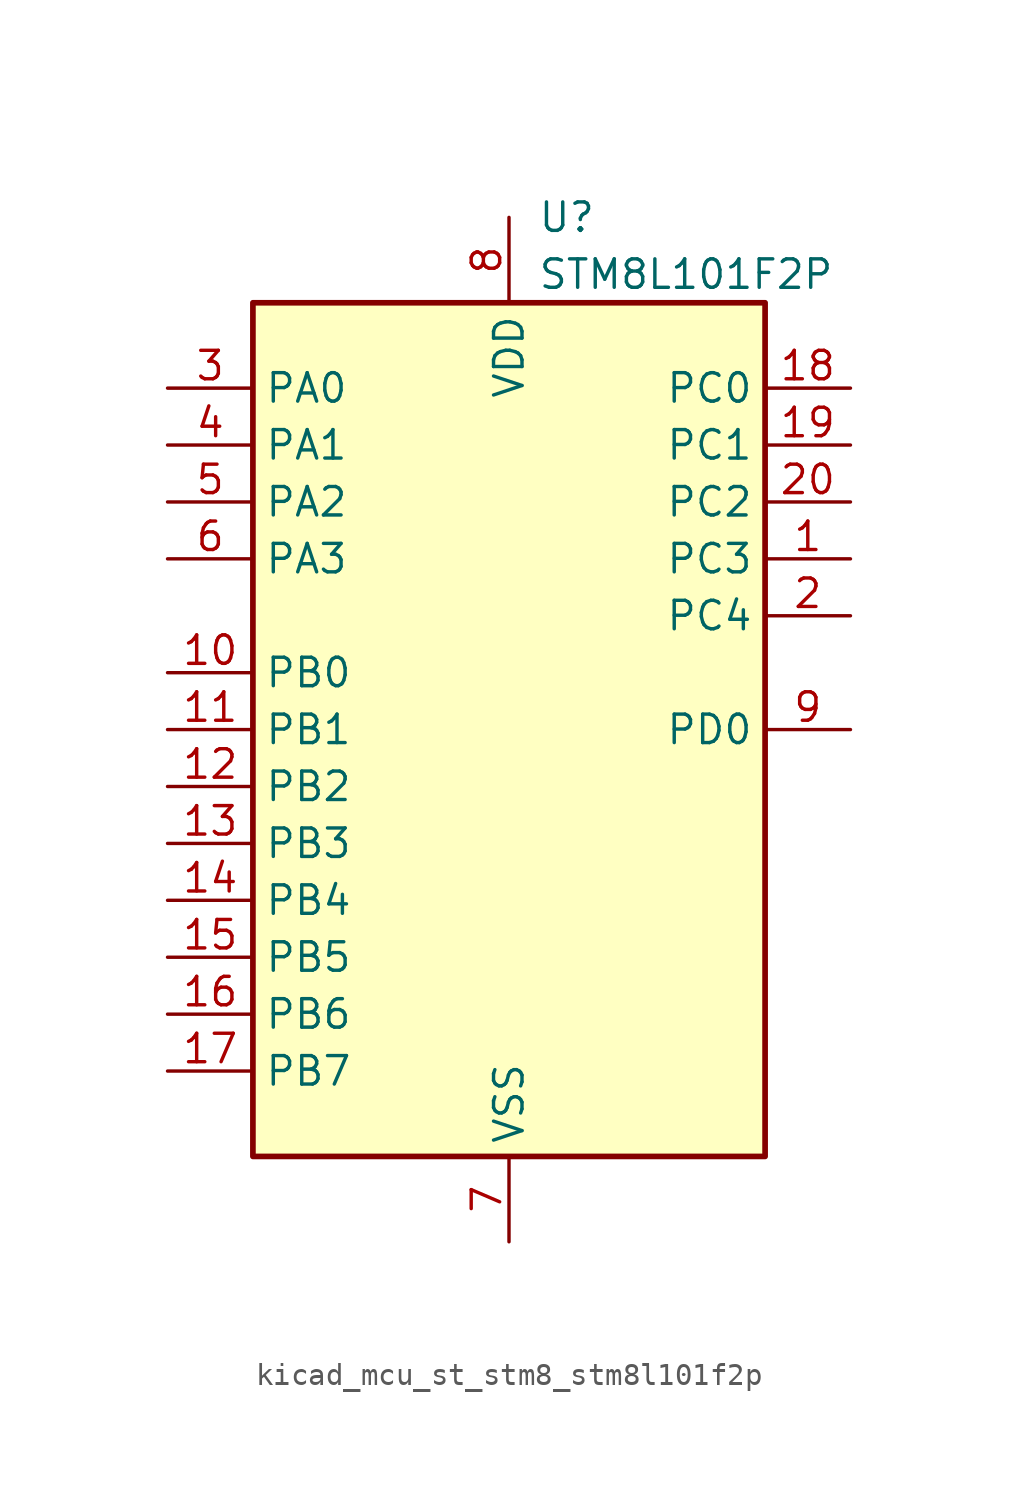
<source format=kicad_sym>
(kicad_symbol_lib
  (version 20220914)
  (generator kicad_symbol_editor)
  (symbol "kicad_mcu_st_stm8_stm8l101f2p"
    (property "Reference" "U"
      (at 1.27 22.86 0)
      (effects (font (size 1.27 1.27)) (justify left)))
    (property "Value" "STM8L101F2P"
      (at 1.27 20.32 0)
      (effects (font (size 1.27 1.27)) (justify left)))
    (symbol "kicad_mcu_st_stm8_stm8l101f2p_0_1"
      (rectangle (start -11.43 19.05) (end 11.43 -19.05) (stroke (width 0.254) (type default)) (fill (type background))))
    (symbol "kicad_mcu_st_stm8_stm8l101f2p_1_1"
      (pin bidirectional line (at 15.24 7.62 180) (length 3.81) (name "PC3" (effects (font (size 1.27 1.27)))) (number "1" (effects (font (size 1.27 1.27)))))
      (pin bidirectional line (at -15.24 2.54 0) (length 3.81) (name "PB0" (effects (font (size 1.27 1.27)))) (number "10" (effects (font (size 1.27 1.27)))))
      (pin bidirectional line (at -15.24 0 0) (length 3.81) (name "PB1" (effects (font (size 1.27 1.27)))) (number "11" (effects (font (size 1.27 1.27)))))
      (pin bidirectional line (at -15.24 -2.54 0) (length 3.81) (name "PB2" (effects (font (size 1.27 1.27)))) (number "12" (effects (font (size 1.27 1.27)))))
      (pin bidirectional line (at -15.24 -5.08 0) (length 3.81) (name "PB3" (effects (font (size 1.27 1.27)))) (number "13" (effects (font (size 1.27 1.27)))))
      (pin bidirectional line (at -15.24 -7.62 0) (length 3.81) (name "PB4" (effects (font (size 1.27 1.27)))) (number "14" (effects (font (size 1.27 1.27)))))
      (pin bidirectional line (at -15.24 -10.16 0) (length 3.81) (name "PB5" (effects (font (size 1.27 1.27)))) (number "15" (effects (font (size 1.27 1.27)))))
      (pin bidirectional line (at -15.24 -12.7 0) (length 3.81) (name "PB6" (effects (font (size 1.27 1.27)))) (number "16" (effects (font (size 1.27 1.27)))))
      (pin bidirectional line (at -15.24 -15.24 0) (length 3.81) (name "PB7" (effects (font (size 1.27 1.27)))) (number "17" (effects (font (size 1.27 1.27)))))
      (pin bidirectional line (at 15.24 15.24 180) (length 3.81) (name "PC0" (effects (font (size 1.27 1.27)))) (number "18" (effects (font (size 1.27 1.27)))))
      (pin bidirectional line (at 15.24 12.7 180) (length 3.81) (name "PC1" (effects (font (size 1.27 1.27)))) (number "19" (effects (font (size 1.27 1.27)))))
      (pin bidirectional line (at 15.24 5.08 180) (length 3.81) (name "PC4" (effects (font (size 1.27 1.27)))) (number "2" (effects (font (size 1.27 1.27)))))
      (pin bidirectional line (at 15.24 10.16 180) (length 3.81) (name "PC2" (effects (font (size 1.27 1.27)))) (number "20" (effects (font (size 1.27 1.27)))))
      (pin power_in line (at -15.24 15.24 0) (length 3.81) (name "PA0" (effects (font (size 1.27 1.27)))) (number "3" (effects (font (size 1.27 1.27)))))
      (pin bidirectional line (at -15.24 12.7 0) (length 3.81) (name "PA1" (effects (font (size 1.27 1.27)))) (number "4" (effects (font (size 1.27 1.27)))))
      (pin bidirectional line (at -15.24 10.16 0) (length 3.81) (name "PA2" (effects (font (size 1.27 1.27)))) (number "5" (effects (font (size 1.27 1.27)))))
      (pin bidirectional line (at -15.24 7.62 0) (length 3.81) (name "PA3" (effects (font (size 1.27 1.27)))) (number "6" (effects (font (size 1.27 1.27)))))
      (pin power_in line (at 0 -22.86 90) (length 3.81) (name "VSS" (effects (font (size 1.27 1.27)))) (number "7" (effects (font (size 1.27 1.27)))))
      (pin power_in line (at 0 22.86 270) (length 3.81) (name "VDD" (effects (font (size 1.27 1.27)))) (number "8" (effects (font (size 1.27 1.27)))))
      (pin bidirectional line (at 15.24 0 180) (length 3.81) (name "PD0" (effects (font (size 1.27 1.27)))) (number "9" (effects (font (size 1.27 1.27))))))))
</source>
